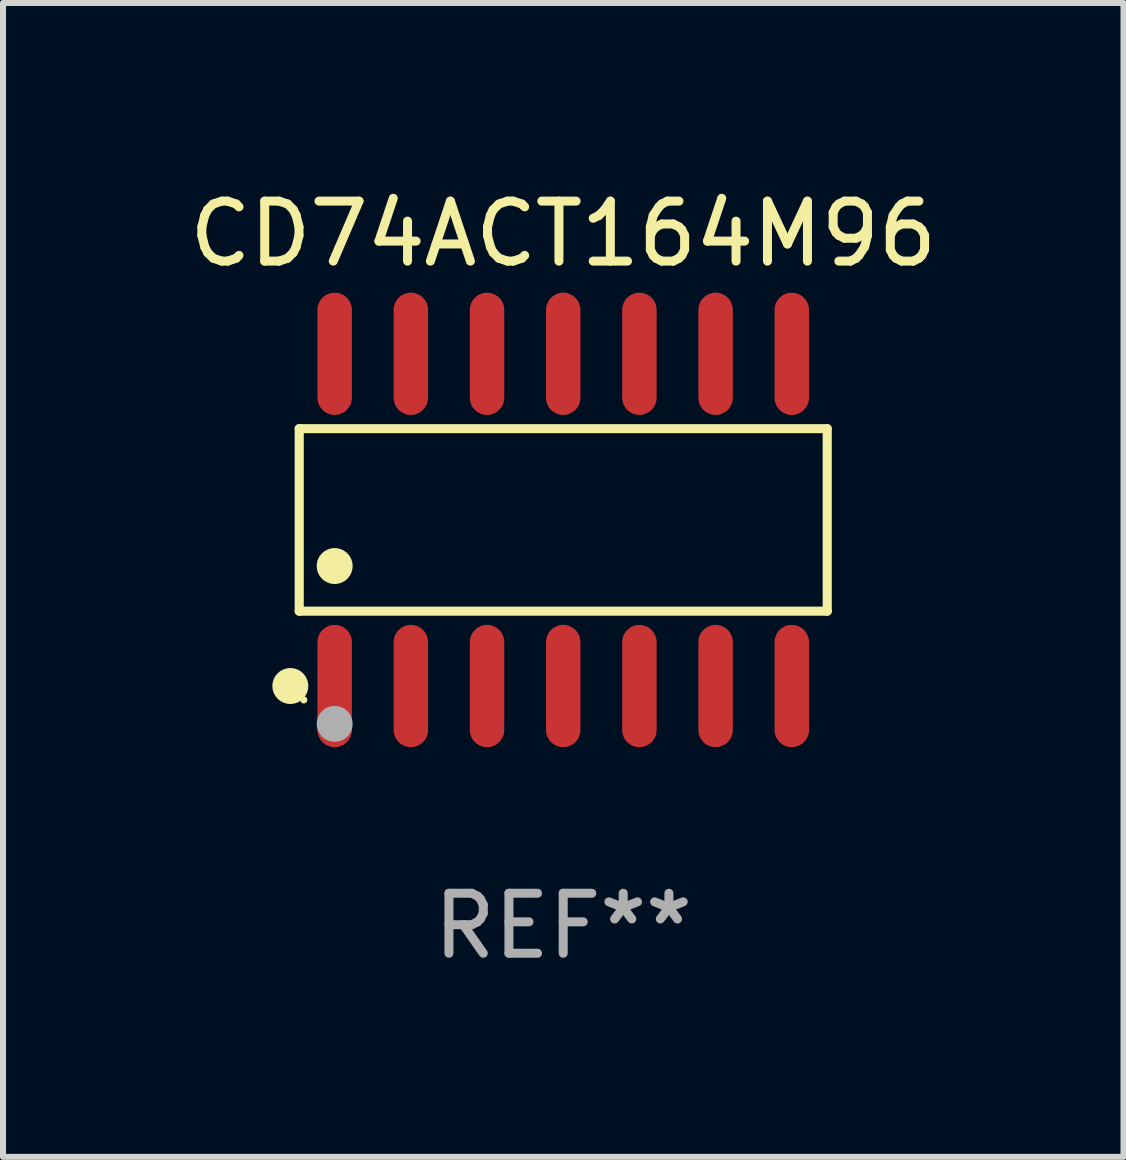
<source format=kicad_pcb>
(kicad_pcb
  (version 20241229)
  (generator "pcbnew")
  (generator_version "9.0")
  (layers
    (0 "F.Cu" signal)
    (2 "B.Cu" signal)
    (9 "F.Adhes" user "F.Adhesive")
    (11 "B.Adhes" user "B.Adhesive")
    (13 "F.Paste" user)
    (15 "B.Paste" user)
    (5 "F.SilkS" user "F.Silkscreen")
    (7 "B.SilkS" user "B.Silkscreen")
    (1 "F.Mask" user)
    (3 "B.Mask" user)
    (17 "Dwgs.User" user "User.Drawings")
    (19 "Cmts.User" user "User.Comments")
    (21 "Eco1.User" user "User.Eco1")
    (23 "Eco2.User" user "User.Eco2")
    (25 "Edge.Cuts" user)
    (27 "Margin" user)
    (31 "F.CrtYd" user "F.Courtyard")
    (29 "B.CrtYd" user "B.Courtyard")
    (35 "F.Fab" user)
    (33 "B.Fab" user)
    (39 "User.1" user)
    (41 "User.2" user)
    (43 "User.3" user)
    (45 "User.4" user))
  (footprint "CD74ACT164M96"
    (layer "F.Cu")
    (at 6.339 5.617)
    (property "Reference" "CD74ACT164M96" (at 0 -4.769 0) (layer "F.SilkS") (effects (font (size 1 1) (thickness 0.15))))
    (attr through_hole)
    (fp_line (start -4.401 -1.521) (end 4.401 -1.521) (stroke (width 0.152) (type solid)) (layer "F.SilkS"))
    (fp_line (start -4.401 1.521) (end -4.401 -1.521) (stroke (width 0.152) (type solid)) (layer "F.SilkS"))
    (fp_line (start 4.401 -1.521) (end 4.401 1.521) (stroke (width 0.152) (type solid)) (layer "F.SilkS"))
    (fp_line (start 4.401 1.521) (end -4.401 1.521) (stroke (width 0.152) (type solid)) (layer "F.SilkS"))
    (fp_circle (center -4.549 2.769) (end -4.399 2.769) (stroke (width 0.3) (type solid)) (fill no) (layer "F.SilkS"))
    (fp_circle (center -4.325 3) (end -4.295 3) (stroke (width 0.06) (type solid)) (fill no) (layer "F.SilkS"))
    (fp_circle (center -3.81 0.769) (end -3.66 0.769) (stroke (width 0.3) (type solid)) (fill no) (layer "F.SilkS"))
    (fp_circle (center -3.81 3.4) (end -3.66 3.4) (stroke (width 0.3) (type solid)) (fill no) (layer "F.Fab"))
    (fp_text user "REF**" (at 0 6.769 0) (layer "F.Fab") (effects (font (size 1 1) (thickness 0.15))))
    (pad "1" smd oval (at -3.81 2.769) (size 0.574 2.038) (layers "F.Cu" "F.Mask" "F.Paste"))
    (pad "2" smd oval (at -2.54 2.769) (size 0.574 2.038) (layers "F.Cu" "F.Mask" "F.Paste"))
    (pad "3" smd oval (at -1.27 2.769) (size 0.574 2.038) (layers "F.Cu" "F.Mask" "F.Paste"))
    (pad "4" smd oval (at 0 2.769) (size 0.574 2.038) (layers "F.Cu" "F.Mask" "F.Paste"))
    (pad "5" smd oval (at 1.27 2.769) (size 0.574 2.038) (layers "F.Cu" "F.Mask" "F.Paste"))
    (pad "6" smd oval (at 2.54 2.769) (size 0.574 2.038) (layers "F.Cu" "F.Mask" "F.Paste"))
    (pad "7" smd oval (at 3.81 2.769) (size 0.574 2.038) (layers "F.Cu" "F.Mask" "F.Paste"))
    (pad "8" smd oval (at 3.81 -2.769) (size 0.574 2.038) (layers "F.Cu" "F.Mask" "F.Paste"))
    (pad "9" smd oval (at 2.54 -2.769) (size 0.574 2.038) (layers "F.Cu" "F.Mask" "F.Paste"))
    (pad "10" smd oval (at 1.27 -2.769) (size 0.574 2.038) (layers "F.Cu" "F.Mask" "F.Paste"))
    (pad "11" smd oval (at 0 -2.769) (size 0.574 2.038) (layers "F.Cu" "F.Mask" "F.Paste"))
    (pad "12" smd oval (at -1.27 -2.769) (size 0.574 2.038) (layers "F.Cu" "F.Mask" "F.Paste"))
    (pad "13" smd oval (at -2.54 -2.769) (size 0.574 2.038) (layers "F.Cu" "F.Mask" "F.Paste"))
    (pad "14" smd oval (at -3.81 -2.769) (size 0.574 2.038) (layers "F.Cu" "F.Mask" "F.Paste")))
  (gr_rect
    (start -3 -3)
    (end 15.679 16.235)
    (stroke (width 0.1) (type default))
    (fill no)
    (layer "Edge.Cuts")))
</source>
